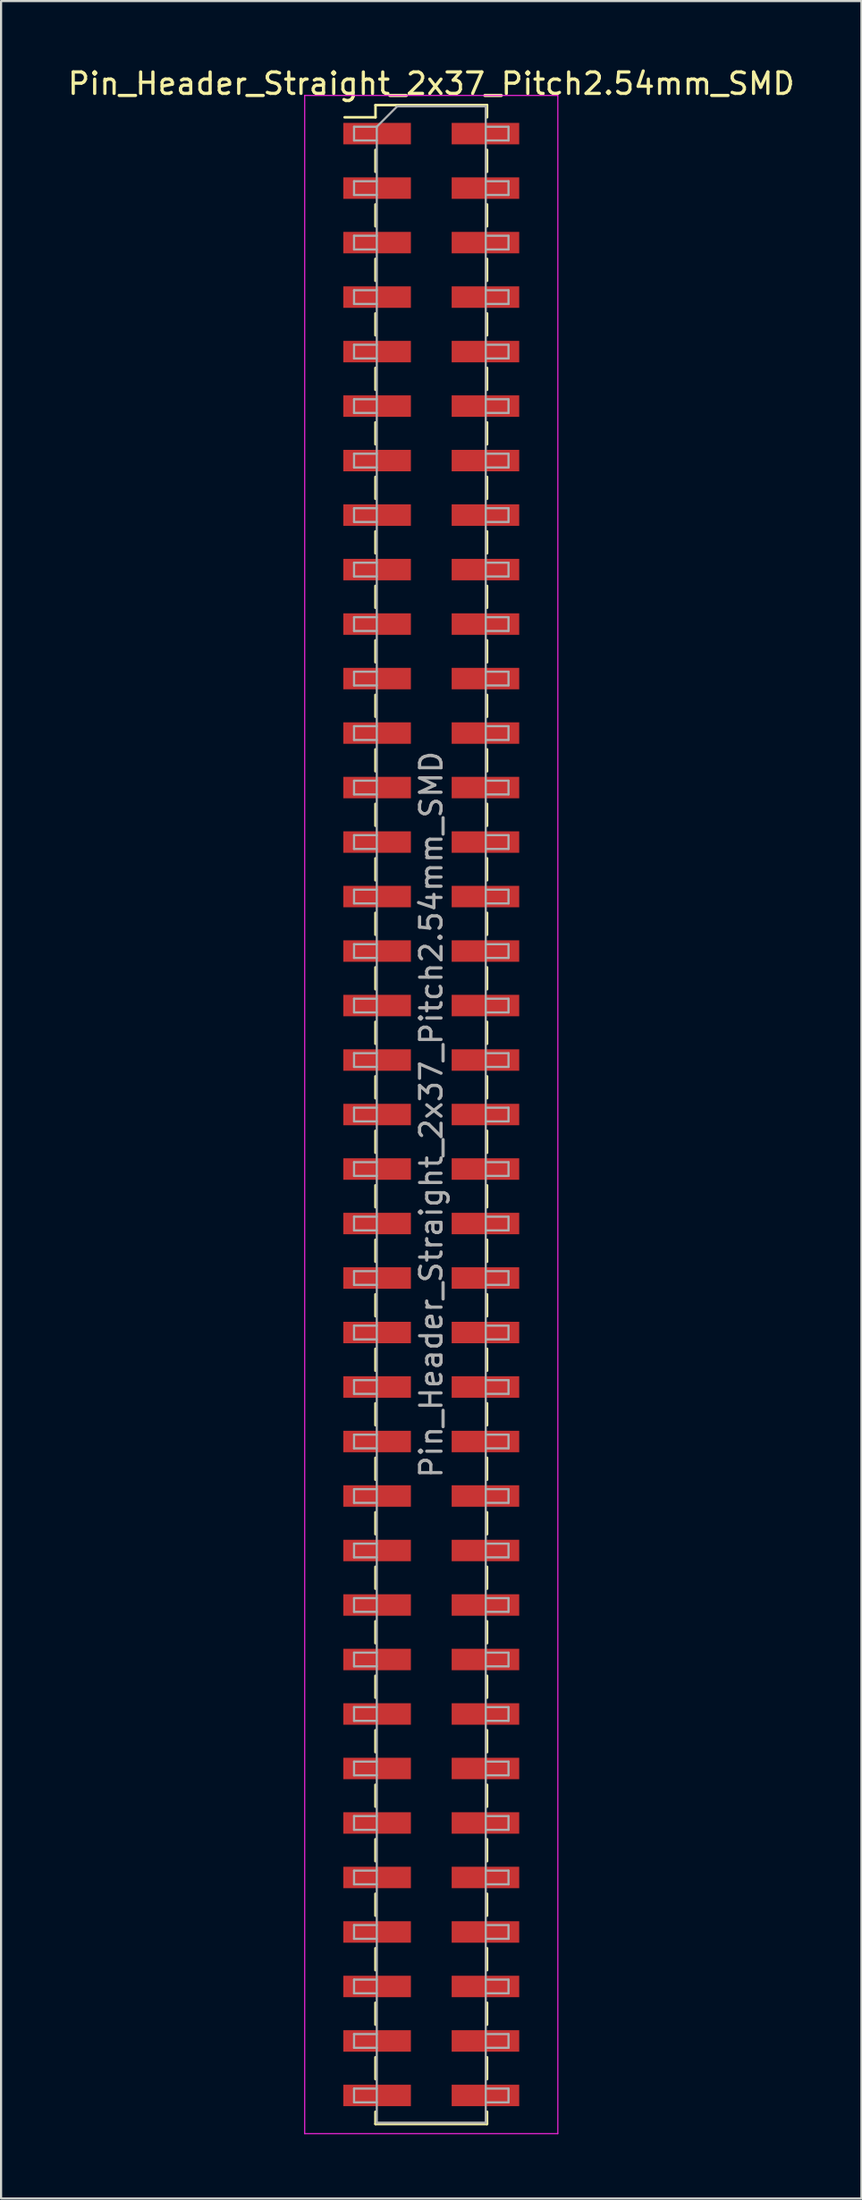
<source format=kicad_pcb>
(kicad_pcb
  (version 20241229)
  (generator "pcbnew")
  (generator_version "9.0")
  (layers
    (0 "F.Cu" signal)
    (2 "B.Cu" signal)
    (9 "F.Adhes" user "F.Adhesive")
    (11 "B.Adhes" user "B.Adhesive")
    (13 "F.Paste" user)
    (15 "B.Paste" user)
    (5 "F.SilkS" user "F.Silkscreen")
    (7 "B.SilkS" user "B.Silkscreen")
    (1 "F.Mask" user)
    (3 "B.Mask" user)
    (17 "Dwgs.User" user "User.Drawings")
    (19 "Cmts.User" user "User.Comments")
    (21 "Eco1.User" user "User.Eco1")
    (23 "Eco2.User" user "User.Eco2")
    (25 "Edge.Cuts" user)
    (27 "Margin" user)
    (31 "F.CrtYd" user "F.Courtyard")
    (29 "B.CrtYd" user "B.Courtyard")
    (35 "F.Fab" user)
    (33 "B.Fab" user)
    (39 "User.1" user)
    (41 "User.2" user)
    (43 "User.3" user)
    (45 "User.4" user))
  (footprint "Pin_Header_Straight_2x37_Pitch2.54mm_SMD"
    (layer "F.Cu")
    (at 17.054 48.898)
    (property "Reference" "Pin_Header_Straight_2x37_Pitch2.54mm_SMD" (at 0 -48.05 0) (layer "F.SilkS") (effects (font (size 1 1) (thickness 0.15))))
    (attr smd)
    (fp_line (start -4.04 -46.48) (end -2.6 -46.48) (stroke (width 0.12) (type solid)) (layer "F.SilkS"))
    (fp_line (start -2.6 -47.05) (end -2.6 -46.48) (stroke (width 0.12) (type solid)) (layer "F.SilkS"))
    (fp_line (start -2.6 -47.05) (end 2.6 -47.05) (stroke (width 0.12) (type solid)) (layer "F.SilkS"))
    (fp_line (start -2.6 -44.96) (end -2.6 -43.94) (stroke (width 0.12) (type solid)) (layer "F.SilkS"))
    (fp_line (start -2.6 -42.42) (end -2.6 -41.4) (stroke (width 0.12) (type solid)) (layer "F.SilkS"))
    (fp_line (start -2.6 -39.88) (end -2.6 -38.86) (stroke (width 0.12) (type solid)) (layer "F.SilkS"))
    (fp_line (start -2.6 -37.34) (end -2.6 -36.32) (stroke (width 0.12) (type solid)) (layer "F.SilkS"))
    (fp_line (start -2.6 -34.8) (end -2.6 -33.78) (stroke (width 0.12) (type solid)) (layer "F.SilkS"))
    (fp_line (start -2.6 -32.26) (end -2.6 -31.24) (stroke (width 0.12) (type solid)) (layer "F.SilkS"))
    (fp_line (start -2.6 -29.72) (end -2.6 -28.7) (stroke (width 0.12) (type solid)) (layer "F.SilkS"))
    (fp_line (start -2.6 -27.18) (end -2.6 -26.16) (stroke (width 0.12) (type solid)) (layer "F.SilkS"))
    (fp_line (start -2.6 -24.64) (end -2.6 -23.62) (stroke (width 0.12) (type solid)) (layer "F.SilkS"))
    (fp_line (start -2.6 -22.1) (end -2.6 -21.08) (stroke (width 0.12) (type solid)) (layer "F.SilkS"))
    (fp_line (start -2.6 -19.56) (end -2.6 -18.54) (stroke (width 0.12) (type solid)) (layer "F.SilkS"))
    (fp_line (start -2.6 -17.02) (end -2.6 -16) (stroke (width 0.12) (type solid)) (layer "F.SilkS"))
    (fp_line (start -2.6 -14.48) (end -2.6 -13.46) (stroke (width 0.12) (type solid)) (layer "F.SilkS"))
    (fp_line (start -2.6 -11.94) (end -2.6 -10.92) (stroke (width 0.12) (type solid)) (layer "F.SilkS"))
    (fp_line (start -2.6 -9.4) (end -2.6 -8.38) (stroke (width 0.12) (type solid)) (layer "F.SilkS"))
    (fp_line (start -2.6 -6.86) (end -2.6 -5.84) (stroke (width 0.12) (type solid)) (layer "F.SilkS"))
    (fp_line (start -2.6 -4.32) (end -2.6 -3.3) (stroke (width 0.12) (type solid)) (layer "F.SilkS"))
    (fp_line (start -2.6 -1.78) (end -2.6 -0.76) (stroke (width 0.12) (type solid)) (layer "F.SilkS"))
    (fp_line (start -2.6 0.76) (end -2.6 1.78) (stroke (width 0.12) (type solid)) (layer "F.SilkS"))
    (fp_line (start -2.6 3.3) (end -2.6 4.32) (stroke (width 0.12) (type solid)) (layer "F.SilkS"))
    (fp_line (start -2.6 5.84) (end -2.6 6.86) (stroke (width 0.12) (type solid)) (layer "F.SilkS"))
    (fp_line (start -2.6 8.38) (end -2.6 9.4) (stroke (width 0.12) (type solid)) (layer "F.SilkS"))
    (fp_line (start -2.6 10.92) (end -2.6 11.94) (stroke (width 0.12) (type solid)) (layer "F.SilkS"))
    (fp_line (start -2.6 13.46) (end -2.6 14.48) (stroke (width 0.12) (type solid)) (layer "F.SilkS"))
    (fp_line (start -2.6 16) (end -2.6 17.02) (stroke (width 0.12) (type solid)) (layer "F.SilkS"))
    (fp_line (start -2.6 18.54) (end -2.6 19.56) (stroke (width 0.12) (type solid)) (layer "F.SilkS"))
    (fp_line (start -2.6 21.08) (end -2.6 22.1) (stroke (width 0.12) (type solid)) (layer "F.SilkS"))
    (fp_line (start -2.6 23.62) (end -2.6 24.64) (stroke (width 0.12) (type solid)) (layer "F.SilkS"))
    (fp_line (start -2.6 26.16) (end -2.6 27.18) (stroke (width 0.12) (type solid)) (layer "F.SilkS"))
    (fp_line (start -2.6 28.7) (end -2.6 29.72) (stroke (width 0.12) (type solid)) (layer "F.SilkS"))
    (fp_line (start -2.6 31.24) (end -2.6 32.26) (stroke (width 0.12) (type solid)) (layer "F.SilkS"))
    (fp_line (start -2.6 33.78) (end -2.6 34.8) (stroke (width 0.12) (type solid)) (layer "F.SilkS"))
    (fp_line (start -2.6 36.32) (end -2.6 37.34) (stroke (width 0.12) (type solid)) (layer "F.SilkS"))
    (fp_line (start -2.6 38.86) (end -2.6 39.88) (stroke (width 0.12) (type solid)) (layer "F.SilkS"))
    (fp_line (start -2.6 41.4) (end -2.6 42.42) (stroke (width 0.12) (type solid)) (layer "F.SilkS"))
    (fp_line (start -2.6 43.94) (end -2.6 44.96) (stroke (width 0.12) (type solid)) (layer "F.SilkS"))
    (fp_line (start -2.6 46.48) (end -2.6 47.05) (stroke (width 0.12) (type solid)) (layer "F.SilkS"))
    (fp_line (start -2.6 47.05) (end 2.6 47.05) (stroke (width 0.12) (type solid)) (layer "F.SilkS"))
    (fp_line (start 2.6 -47.05) (end 2.6 -46.48) (stroke (width 0.12) (type solid)) (layer "F.SilkS"))
    (fp_line (start 2.6 -44.96) (end 2.6 -43.94) (stroke (width 0.12) (type solid)) (layer "F.SilkS"))
    (fp_line (start 2.6 -42.42) (end 2.6 -41.4) (stroke (width 0.12) (type solid)) (layer "F.SilkS"))
    (fp_line (start 2.6 -39.88) (end 2.6 -38.86) (stroke (width 0.12) (type solid)) (layer "F.SilkS"))
    (fp_line (start 2.6 -37.34) (end 2.6 -36.32) (stroke (width 0.12) (type solid)) (layer "F.SilkS"))
    (fp_line (start 2.6 -34.8) (end 2.6 -33.78) (stroke (width 0.12) (type solid)) (layer "F.SilkS"))
    (fp_line (start 2.6 -32.26) (end 2.6 -31.24) (stroke (width 0.12) (type solid)) (layer "F.SilkS"))
    (fp_line (start 2.6 -29.72) (end 2.6 -28.7) (stroke (width 0.12) (type solid)) (layer "F.SilkS"))
    (fp_line (start 2.6 -27.18) (end 2.6 -26.16) (stroke (width 0.12) (type solid)) (layer "F.SilkS"))
    (fp_line (start 2.6 -24.64) (end 2.6 -23.62) (stroke (width 0.12) (type solid)) (layer "F.SilkS"))
    (fp_line (start 2.6 -22.1) (end 2.6 -21.08) (stroke (width 0.12) (type solid)) (layer "F.SilkS"))
    (fp_line (start 2.6 -19.56) (end 2.6 -18.54) (stroke (width 0.12) (type solid)) (layer "F.SilkS"))
    (fp_line (start 2.6 -17.02) (end 2.6 -16) (stroke (width 0.12) (type solid)) (layer "F.SilkS"))
    (fp_line (start 2.6 -14.48) (end 2.6 -13.46) (stroke (width 0.12) (type solid)) (layer "F.SilkS"))
    (fp_line (start 2.6 -11.94) (end 2.6 -10.92) (stroke (width 0.12) (type solid)) (layer "F.SilkS"))
    (fp_line (start 2.6 -9.4) (end 2.6 -8.38) (stroke (width 0.12) (type solid)) (layer "F.SilkS"))
    (fp_line (start 2.6 -6.86) (end 2.6 -5.84) (stroke (width 0.12) (type solid)) (layer "F.SilkS"))
    (fp_line (start 2.6 -4.32) (end 2.6 -3.3) (stroke (width 0.12) (type solid)) (layer "F.SilkS"))
    (fp_line (start 2.6 -1.78) (end 2.6 -0.76) (stroke (width 0.12) (type solid)) (layer "F.SilkS"))
    (fp_line (start 2.6 0.76) (end 2.6 1.78) (stroke (width 0.12) (type solid)) (layer "F.SilkS"))
    (fp_line (start 2.6 3.3) (end 2.6 4.32) (stroke (width 0.12) (type solid)) (layer "F.SilkS"))
    (fp_line (start 2.6 5.84) (end 2.6 6.86) (stroke (width 0.12) (type solid)) (layer "F.SilkS"))
    (fp_line (start 2.6 8.38) (end 2.6 9.4) (stroke (width 0.12) (type solid)) (layer "F.SilkS"))
    (fp_line (start 2.6 10.92) (end 2.6 11.94) (stroke (width 0.12) (type solid)) (layer "F.SilkS"))
    (fp_line (start 2.6 13.46) (end 2.6 14.48) (stroke (width 0.12) (type solid)) (layer "F.SilkS"))
    (fp_line (start 2.6 16) (end 2.6 17.02) (stroke (width 0.12) (type solid)) (layer "F.SilkS"))
    (fp_line (start 2.6 18.54) (end 2.6 19.56) (stroke (width 0.12) (type solid)) (layer "F.SilkS"))
    (fp_line (start 2.6 21.08) (end 2.6 22.1) (stroke (width 0.12) (type solid)) (layer "F.SilkS"))
    (fp_line (start 2.6 23.62) (end 2.6 24.64) (stroke (width 0.12) (type solid)) (layer "F.SilkS"))
    (fp_line (start 2.6 26.16) (end 2.6 27.18) (stroke (width 0.12) (type solid)) (layer "F.SilkS"))
    (fp_line (start 2.6 28.7) (end 2.6 29.72) (stroke (width 0.12) (type solid)) (layer "F.SilkS"))
    (fp_line (start 2.6 31.24) (end 2.6 32.26) (stroke (width 0.12) (type solid)) (layer "F.SilkS"))
    (fp_line (start 2.6 33.78) (end 2.6 34.8) (stroke (width 0.12) (type solid)) (layer "F.SilkS"))
    (fp_line (start 2.6 36.32) (end 2.6 37.34) (stroke (width 0.12) (type solid)) (layer "F.SilkS"))
    (fp_line (start 2.6 38.86) (end 2.6 39.88) (stroke (width 0.12) (type solid)) (layer "F.SilkS"))
    (fp_line (start 2.6 41.4) (end 2.6 42.42) (stroke (width 0.12) (type solid)) (layer "F.SilkS"))
    (fp_line (start 2.6 43.94) (end 2.6 44.96) (stroke (width 0.12) (type solid)) (layer "F.SilkS"))
    (fp_line (start 2.6 46.48) (end 2.6 47.05) (stroke (width 0.12) (type solid)) (layer "F.SilkS"))
    (fp_line (start -5.9 -47.5) (end -5.9 47.5) (stroke (width 0.05) (type solid)) (layer "F.CrtYd"))
    (fp_line (start -5.9 47.5) (end 5.9 47.5) (stroke (width 0.05) (type solid)) (layer "F.CrtYd"))
    (fp_line (start 5.9 -47.5) (end -5.9 -47.5) (stroke (width 0.05) (type solid)) (layer "F.CrtYd"))
    (fp_line (start 5.9 47.5) (end 5.9 -47.5) (stroke (width 0.05) (type solid)) (layer "F.CrtYd"))
    (fp_line (start -3.6 -46.04) (end -3.6 -45.4) (stroke (width 0.1) (type solid)) (layer "F.Fab"))
    (fp_line (start -3.6 -45.4) (end -2.54 -45.4) (stroke (width 0.1) (type solid)) (layer "F.Fab"))
    (fp_line (start -3.6 -43.5) (end -3.6 -42.86) (stroke (width 0.1) (type solid)) (layer "F.Fab"))
    (fp_line (start -3.6 -42.86) (end -2.54 -42.86) (stroke (width 0.1) (type solid)) (layer "F.Fab"))
    (fp_line (start -3.6 -40.96) (end -3.6 -40.32) (stroke (width 0.1) (type solid)) (layer "F.Fab"))
    (fp_line (start -3.6 -40.32) (end -2.54 -40.32) (stroke (width 0.1) (type solid)) (layer "F.Fab"))
    (fp_line (start -3.6 -38.42) (end -3.6 -37.78) (stroke (width 0.1) (type solid)) (layer "F.Fab"))
    (fp_line (start -3.6 -37.78) (end -2.54 -37.78) (stroke (width 0.1) (type solid)) (layer "F.Fab"))
    (fp_line (start -3.6 -35.88) (end -3.6 -35.24) (stroke (width 0.1) (type solid)) (layer "F.Fab"))
    (fp_line (start -3.6 -35.24) (end -2.54 -35.24) (stroke (width 0.1) (type solid)) (layer "F.Fab"))
    (fp_line (start -3.6 -33.34) (end -3.6 -32.7) (stroke (width 0.1) (type solid)) (layer "F.Fab"))
    (fp_line (start -3.6 -32.7) (end -2.54 -32.7) (stroke (width 0.1) (type solid)) (layer "F.Fab"))
    (fp_line (start -3.6 -30.8) (end -3.6 -30.16) (stroke (width 0.1) (type solid)) (layer "F.Fab"))
    (fp_line (start -3.6 -30.16) (end -2.54 -30.16) (stroke (width 0.1) (type solid)) (layer "F.Fab"))
    (fp_line (start -3.6 -28.26) (end -3.6 -27.62) (stroke (width 0.1) (type solid)) (layer "F.Fab"))
    (fp_line (start -3.6 -27.62) (end -2.54 -27.62) (stroke (width 0.1) (type solid)) (layer "F.Fab"))
    (fp_line (start -3.6 -25.72) (end -3.6 -25.08) (stroke (width 0.1) (type solid)) (layer "F.Fab"))
    (fp_line (start -3.6 -25.08) (end -2.54 -25.08) (stroke (width 0.1) (type solid)) (layer "F.Fab"))
    (fp_line (start -3.6 -23.18) (end -3.6 -22.54) (stroke (width 0.1) (type solid)) (layer "F.Fab"))
    (fp_line (start -3.6 -22.54) (end -2.54 -22.54) (stroke (width 0.1) (type solid)) (layer "F.Fab"))
    (fp_line (start -3.6 -20.64) (end -3.6 -20) (stroke (width 0.1) (type solid)) (layer "F.Fab"))
    (fp_line (start -3.6 -20) (end -2.54 -20) (stroke (width 0.1) (type solid)) (layer "F.Fab"))
    (fp_line (start -3.6 -18.1) (end -3.6 -17.46) (stroke (width 0.1) (type solid)) (layer "F.Fab"))
    (fp_line (start -3.6 -17.46) (end -2.54 -17.46) (stroke (width 0.1) (type solid)) (layer "F.Fab"))
    (fp_line (start -3.6 -15.56) (end -3.6 -14.92) (stroke (width 0.1) (type solid)) (layer "F.Fab"))
    (fp_line (start -3.6 -14.92) (end -2.54 -14.92) (stroke (width 0.1) (type solid)) (layer "F.Fab"))
    (fp_line (start -3.6 -13.02) (end -3.6 -12.38) (stroke (width 0.1) (type solid)) (layer "F.Fab"))
    (fp_line (start -3.6 -12.38) (end -2.54 -12.38) (stroke (width 0.1) (type solid)) (layer "F.Fab"))
    (fp_line (start -3.6 -10.48) (end -3.6 -9.84) (stroke (width 0.1) (type solid)) (layer "F.Fab"))
    (fp_line (start -3.6 -9.84) (end -2.54 -9.84) (stroke (width 0.1) (type solid)) (layer "F.Fab"))
    (fp_line (start -3.6 -7.94) (end -3.6 -7.3) (stroke (width 0.1) (type solid)) (layer "F.Fab"))
    (fp_line (start -3.6 -7.3) (end -2.54 -7.3) (stroke (width 0.1) (type solid)) (layer "F.Fab"))
    (fp_line (start -3.6 -5.4) (end -3.6 -4.76) (stroke (width 0.1) (type solid)) (layer "F.Fab"))
    (fp_line (start -3.6 -4.76) (end -2.54 -4.76) (stroke (width 0.1) (type solid)) (layer "F.Fab"))
    (fp_line (start -3.6 -2.86) (end -3.6 -2.22) (stroke (width 0.1) (type solid)) (layer "F.Fab"))
    (fp_line (start -3.6 -2.22) (end -2.54 -2.22) (stroke (width 0.1) (type solid)) (layer "F.Fab"))
    (fp_line (start -3.6 -0.32) (end -3.6 0.32) (stroke (width 0.1) (type solid)) (layer "F.Fab"))
    (fp_line (start -3.6 0.32) (end -2.54 0.32) (stroke (width 0.1) (type solid)) (layer "F.Fab"))
    (fp_line (start -3.6 2.22) (end -3.6 2.86) (stroke (width 0.1) (type solid)) (layer "F.Fab"))
    (fp_line (start -3.6 2.86) (end -2.54 2.86) (stroke (width 0.1) (type solid)) (layer "F.Fab"))
    (fp_line (start -3.6 4.76) (end -3.6 5.4) (stroke (width 0.1) (type solid)) (layer "F.Fab"))
    (fp_line (start -3.6 5.4) (end -2.54 5.4) (stroke (width 0.1) (type solid)) (layer "F.Fab"))
    (fp_line (start -3.6 7.3) (end -3.6 7.94) (stroke (width 0.1) (type solid)) (layer "F.Fab"))
    (fp_line (start -3.6 7.94) (end -2.54 7.94) (stroke (width 0.1) (type solid)) (layer "F.Fab"))
    (fp_line (start -3.6 9.84) (end -3.6 10.48) (stroke (width 0.1) (type solid)) (layer "F.Fab"))
    (fp_line (start -3.6 10.48) (end -2.54 10.48) (stroke (width 0.1) (type solid)) (layer "F.Fab"))
    (fp_line (start -3.6 12.38) (end -3.6 13.02) (stroke (width 0.1) (type solid)) (layer "F.Fab"))
    (fp_line (start -3.6 13.02) (end -2.54 13.02) (stroke (width 0.1) (type solid)) (layer "F.Fab"))
    (fp_line (start -3.6 14.92) (end -3.6 15.56) (stroke (width 0.1) (type solid)) (layer "F.Fab"))
    (fp_line (start -3.6 15.56) (end -2.54 15.56) (stroke (width 0.1) (type solid)) (layer "F.Fab"))
    (fp_line (start -3.6 17.46) (end -3.6 18.1) (stroke (width 0.1) (type solid)) (layer "F.Fab"))
    (fp_line (start -3.6 18.1) (end -2.54 18.1) (stroke (width 0.1) (type solid)) (layer "F.Fab"))
    (fp_line (start -3.6 20) (end -3.6 20.64) (stroke (width 0.1) (type solid)) (layer "F.Fab"))
    (fp_line (start -3.6 20.64) (end -2.54 20.64) (stroke (width 0.1) (type solid)) (layer "F.Fab"))
    (fp_line (start -3.6 22.54) (end -3.6 23.18) (stroke (width 0.1) (type solid)) (layer "F.Fab"))
    (fp_line (start -3.6 23.18) (end -2.54 23.18) (stroke (width 0.1) (type solid)) (layer "F.Fab"))
    (fp_line (start -3.6 25.08) (end -3.6 25.72) (stroke (width 0.1) (type solid)) (layer "F.Fab"))
    (fp_line (start -3.6 25.72) (end -2.54 25.72) (stroke (width 0.1) (type solid)) (layer "F.Fab"))
    (fp_line (start -3.6 27.62) (end -3.6 28.26) (stroke (width 0.1) (type solid)) (layer "F.Fab"))
    (fp_line (start -3.6 28.26) (end -2.54 28.26) (stroke (width 0.1) (type solid)) (layer "F.Fab"))
    (fp_line (start -3.6 30.16) (end -3.6 30.8) (stroke (width 0.1) (type solid)) (layer "F.Fab"))
    (fp_line (start -3.6 30.8) (end -2.54 30.8) (stroke (width 0.1) (type solid)) (layer "F.Fab"))
    (fp_line (start -3.6 32.7) (end -3.6 33.34) (stroke (width 0.1) (type solid)) (layer "F.Fab"))
    (fp_line (start -3.6 33.34) (end -2.54 33.34) (stroke (width 0.1) (type solid)) (layer "F.Fab"))
    (fp_line (start -3.6 35.24) (end -3.6 35.88) (stroke (width 0.1) (type solid)) (layer "F.Fab"))
    (fp_line (start -3.6 35.88) (end -2.54 35.88) (stroke (width 0.1) (type solid)) (layer "F.Fab"))
    (fp_line (start -3.6 37.78) (end -3.6 38.42) (stroke (width 0.1) (type solid)) (layer "F.Fab"))
    (fp_line (start -3.6 38.42) (end -2.54 38.42) (stroke (width 0.1) (type solid)) (layer "F.Fab"))
    (fp_line (start -3.6 40.32) (end -3.6 40.96) (stroke (width 0.1) (type solid)) (layer "F.Fab"))
    (fp_line (start -3.6 40.96) (end -2.54 40.96) (stroke (width 0.1) (type solid)) (layer "F.Fab"))
    (fp_line (start -3.6 42.86) (end -3.6 43.5) (stroke (width 0.1) (type solid)) (layer "F.Fab"))
    (fp_line (start -3.6 43.5) (end -2.54 43.5) (stroke (width 0.1) (type solid)) (layer "F.Fab"))
    (fp_line (start -3.6 45.4) (end -3.6 46.04) (stroke (width 0.1) (type solid)) (layer "F.Fab"))
    (fp_line (start -3.6 46.04) (end -2.54 46.04) (stroke (width 0.1) (type solid)) (layer "F.Fab"))
    (fp_line (start -2.54 -46.04) (end -3.6 -46.04) (stroke (width 0.1) (type solid)) (layer "F.Fab"))
    (fp_line (start -2.54 -46.04) (end -1.59 -46.99) (stroke (width 0.1) (type solid)) (layer "F.Fab"))
    (fp_line (start -2.54 -43.5) (end -3.6 -43.5) (stroke (width 0.1) (type solid)) (layer "F.Fab"))
    (fp_line (start -2.54 -40.96) (end -3.6 -40.96) (stroke (width 0.1) (type solid)) (layer "F.Fab"))
    (fp_line (start -2.54 -38.42) (end -3.6 -38.42) (stroke (width 0.1) (type solid)) (layer "F.Fab"))
    (fp_line (start -2.54 -35.88) (end -3.6 -35.88) (stroke (width 0.1) (type solid)) (layer "F.Fab"))
    (fp_line (start -2.54 -33.34) (end -3.6 -33.34) (stroke (width 0.1) (type solid)) (layer "F.Fab"))
    (fp_line (start -2.54 -30.8) (end -3.6 -30.8) (stroke (width 0.1) (type solid)) (layer "F.Fab"))
    (fp_line (start -2.54 -28.26) (end -3.6 -28.26) (stroke (width 0.1) (type solid)) (layer "F.Fab"))
    (fp_line (start -2.54 -25.72) (end -3.6 -25.72) (stroke (width 0.1) (type solid)) (layer "F.Fab"))
    (fp_line (start -2.54 -23.18) (end -3.6 -23.18) (stroke (width 0.1) (type solid)) (layer "F.Fab"))
    (fp_line (start -2.54 -20.64) (end -3.6 -20.64) (stroke (width 0.1) (type solid)) (layer "F.Fab"))
    (fp_line (start -2.54 -18.1) (end -3.6 -18.1) (stroke (width 0.1) (type solid)) (layer "F.Fab"))
    (fp_line (start -2.54 -15.56) (end -3.6 -15.56) (stroke (width 0.1) (type solid)) (layer "F.Fab"))
    (fp_line (start -2.54 -13.02) (end -3.6 -13.02) (stroke (width 0.1) (type solid)) (layer "F.Fab"))
    (fp_line (start -2.54 -10.48) (end -3.6 -10.48) (stroke (width 0.1) (type solid)) (layer "F.Fab"))
    (fp_line (start -2.54 -7.94) (end -3.6 -7.94) (stroke (width 0.1) (type solid)) (layer "F.Fab"))
    (fp_line (start -2.54 -5.4) (end -3.6 -5.4) (stroke (width 0.1) (type solid)) (layer "F.Fab"))
    (fp_line (start -2.54 -2.86) (end -3.6 -2.86) (stroke (width 0.1) (type solid)) (layer "F.Fab"))
    (fp_line (start -2.54 -0.32) (end -3.6 -0.32) (stroke (width 0.1) (type solid)) (layer "F.Fab"))
    (fp_line (start -2.54 2.22) (end -3.6 2.22) (stroke (width 0.1) (type solid)) (layer "F.Fab"))
    (fp_line (start -2.54 4.76) (end -3.6 4.76) (stroke (width 0.1) (type solid)) (layer "F.Fab"))
    (fp_line (start -2.54 7.3) (end -3.6 7.3) (stroke (width 0.1) (type solid)) (layer "F.Fab"))
    (fp_line (start -2.54 9.84) (end -3.6 9.84) (stroke (width 0.1) (type solid)) (layer "F.Fab"))
    (fp_line (start -2.54 12.38) (end -3.6 12.38) (stroke (width 0.1) (type solid)) (layer "F.Fab"))
    (fp_line (start -2.54 14.92) (end -3.6 14.92) (stroke (width 0.1) (type solid)) (layer "F.Fab"))
    (fp_line (start -2.54 17.46) (end -3.6 17.46) (stroke (width 0.1) (type solid)) (layer "F.Fab"))
    (fp_line (start -2.54 20) (end -3.6 20) (stroke (width 0.1) (type solid)) (layer "F.Fab"))
    (fp_line (start -2.54 22.54) (end -3.6 22.54) (stroke (width 0.1) (type solid)) (layer "F.Fab"))
    (fp_line (start -2.54 25.08) (end -3.6 25.08) (stroke (width 0.1) (type solid)) (layer "F.Fab"))
    (fp_line (start -2.54 27.62) (end -3.6 27.62) (stroke (width 0.1) (type solid)) (layer "F.Fab"))
    (fp_line (start -2.54 30.16) (end -3.6 30.16) (stroke (width 0.1) (type solid)) (layer "F.Fab"))
    (fp_line (start -2.54 32.7) (end -3.6 32.7) (stroke (width 0.1) (type solid)) (layer "F.Fab"))
    (fp_line (start -2.54 35.24) (end -3.6 35.24) (stroke (width 0.1) (type solid)) (layer "F.Fab"))
    (fp_line (start -2.54 37.78) (end -3.6 37.78) (stroke (width 0.1) (type solid)) (layer "F.Fab"))
    (fp_line (start -2.54 40.32) (end -3.6 40.32) (stroke (width 0.1) (type solid)) (layer "F.Fab"))
    (fp_line (start -2.54 42.86) (end -3.6 42.86) (stroke (width 0.1) (type solid)) (layer "F.Fab"))
    (fp_line (start -2.54 45.4) (end -3.6 45.4) (stroke (width 0.1) (type solid)) (layer "F.Fab"))
    (fp_line (start -2.54 46.99) (end -2.54 -46.04) (stroke (width 0.1) (type solid)) (layer "F.Fab"))
    (fp_line (start -1.59 -46.99) (end 2.54 -46.99) (stroke (width 0.1) (type solid)) (layer "F.Fab"))
    (fp_line (start 2.54 -46.99) (end 2.54 46.99) (stroke (width 0.1) (type solid)) (layer "F.Fab"))
    (fp_line (start 2.54 -46.04) (end 3.6 -46.04) (stroke (width 0.1) (type solid)) (layer "F.Fab"))
    (fp_line (start 2.54 -43.5) (end 3.6 -43.5) (stroke (width 0.1) (type solid)) (layer "F.Fab"))
    (fp_line (start 2.54 -40.96) (end 3.6 -40.96) (stroke (width 0.1) (type solid)) (layer "F.Fab"))
    (fp_line (start 2.54 -38.42) (end 3.6 -38.42) (stroke (width 0.1) (type solid)) (layer "F.Fab"))
    (fp_line (start 2.54 -35.88) (end 3.6 -35.88) (stroke (width 0.1) (type solid)) (layer "F.Fab"))
    (fp_line (start 2.54 -33.34) (end 3.6 -33.34) (stroke (width 0.1) (type solid)) (layer "F.Fab"))
    (fp_line (start 2.54 -30.8) (end 3.6 -30.8) (stroke (width 0.1) (type solid)) (layer "F.Fab"))
    (fp_line (start 2.54 -28.26) (end 3.6 -28.26) (stroke (width 0.1) (type solid)) (layer "F.Fab"))
    (fp_line (start 2.54 -25.72) (end 3.6 -25.72) (stroke (width 0.1) (type solid)) (layer "F.Fab"))
    (fp_line (start 2.54 -23.18) (end 3.6 -23.18) (stroke (width 0.1) (type solid)) (layer "F.Fab"))
    (fp_line (start 2.54 -20.64) (end 3.6 -20.64) (stroke (width 0.1) (type solid)) (layer "F.Fab"))
    (fp_line (start 2.54 -18.1) (end 3.6 -18.1) (stroke (width 0.1) (type solid)) (layer "F.Fab"))
    (fp_line (start 2.54 -15.56) (end 3.6 -15.56) (stroke (width 0.1) (type solid)) (layer "F.Fab"))
    (fp_line (start 2.54 -13.02) (end 3.6 -13.02) (stroke (width 0.1) (type solid)) (layer "F.Fab"))
    (fp_line (start 2.54 -10.48) (end 3.6 -10.48) (stroke (width 0.1) (type solid)) (layer "F.Fab"))
    (fp_line (start 2.54 -7.94) (end 3.6 -7.94) (stroke (width 0.1) (type solid)) (layer "F.Fab"))
    (fp_line (start 2.54 -5.4) (end 3.6 -5.4) (stroke (width 0.1) (type solid)) (layer "F.Fab"))
    (fp_line (start 2.54 -2.86) (end 3.6 -2.86) (stroke (width 0.1) (type solid)) (layer "F.Fab"))
    (fp_line (start 2.54 -0.32) (end 3.6 -0.32) (stroke (width 0.1) (type solid)) (layer "F.Fab"))
    (fp_line (start 2.54 2.22) (end 3.6 2.22) (stroke (width 0.1) (type solid)) (layer "F.Fab"))
    (fp_line (start 2.54 4.76) (end 3.6 4.76) (stroke (width 0.1) (type solid)) (layer "F.Fab"))
    (fp_line (start 2.54 7.3) (end 3.6 7.3) (stroke (width 0.1) (type solid)) (layer "F.Fab"))
    (fp_line (start 2.54 9.84) (end 3.6 9.84) (stroke (width 0.1) (type solid)) (layer "F.Fab"))
    (fp_line (start 2.54 12.38) (end 3.6 12.38) (stroke (width 0.1) (type solid)) (layer "F.Fab"))
    (fp_line (start 2.54 14.92) (end 3.6 14.92) (stroke (width 0.1) (type solid)) (layer "F.Fab"))
    (fp_line (start 2.54 17.46) (end 3.6 17.46) (stroke (width 0.1) (type solid)) (layer "F.Fab"))
    (fp_line (start 2.54 20) (end 3.6 20) (stroke (width 0.1) (type solid)) (layer "F.Fab"))
    (fp_line (start 2.54 22.54) (end 3.6 22.54) (stroke (width 0.1) (type solid)) (layer "F.Fab"))
    (fp_line (start 2.54 25.08) (end 3.6 25.08) (stroke (width 0.1) (type solid)) (layer "F.Fab"))
    (fp_line (start 2.54 27.62) (end 3.6 27.62) (stroke (width 0.1) (type solid)) (layer "F.Fab"))
    (fp_line (start 2.54 30.16) (end 3.6 30.16) (stroke (width 0.1) (type solid)) (layer "F.Fab"))
    (fp_line (start 2.54 32.7) (end 3.6 32.7) (stroke (width 0.1) (type solid)) (layer "F.Fab"))
    (fp_line (start 2.54 35.24) (end 3.6 35.24) (stroke (width 0.1) (type solid)) (layer "F.Fab"))
    (fp_line (start 2.54 37.78) (end 3.6 37.78) (stroke (width 0.1) (type solid)) (layer "F.Fab"))
    (fp_line (start 2.54 40.32) (end 3.6 40.32) (stroke (width 0.1) (type solid)) (layer "F.Fab"))
    (fp_line (start 2.54 42.86) (end 3.6 42.86) (stroke (width 0.1) (type solid)) (layer "F.Fab"))
    (fp_line (start 2.54 45.4) (end 3.6 45.4) (stroke (width 0.1) (type solid)) (layer "F.Fab"))
    (fp_line (start 2.54 46.99) (end -2.54 46.99) (stroke (width 0.1) (type solid)) (layer "F.Fab"))
    (fp_line (start 3.6 -46.04) (end 3.6 -45.4) (stroke (width 0.1) (type solid)) (layer "F.Fab"))
    (fp_line (start 3.6 -45.4) (end 2.54 -45.4) (stroke (width 0.1) (type solid)) (layer "F.Fab"))
    (fp_line (start 3.6 -43.5) (end 3.6 -42.86) (stroke (width 0.1) (type solid)) (layer "F.Fab"))
    (fp_line (start 3.6 -42.86) (end 2.54 -42.86) (stroke (width 0.1) (type solid)) (layer "F.Fab"))
    (fp_line (start 3.6 -40.96) (end 3.6 -40.32) (stroke (width 0.1) (type solid)) (layer "F.Fab"))
    (fp_line (start 3.6 -40.32) (end 2.54 -40.32) (stroke (width 0.1) (type solid)) (layer "F.Fab"))
    (fp_line (start 3.6 -38.42) (end 3.6 -37.78) (stroke (width 0.1) (type solid)) (layer "F.Fab"))
    (fp_line (start 3.6 -37.78) (end 2.54 -37.78) (stroke (width 0.1) (type solid)) (layer "F.Fab"))
    (fp_line (start 3.6 -35.88) (end 3.6 -35.24) (stroke (width 0.1) (type solid)) (layer "F.Fab"))
    (fp_line (start 3.6 -35.24) (end 2.54 -35.24) (stroke (width 0.1) (type solid)) (layer "F.Fab"))
    (fp_line (start 3.6 -33.34) (end 3.6 -32.7) (stroke (width 0.1) (type solid)) (layer "F.Fab"))
    (fp_line (start 3.6 -32.7) (end 2.54 -32.7) (stroke (width 0.1) (type solid)) (layer "F.Fab"))
    (fp_line (start 3.6 -30.8) (end 3.6 -30.16) (stroke (width 0.1) (type solid)) (layer "F.Fab"))
    (fp_line (start 3.6 -30.16) (end 2.54 -30.16) (stroke (width 0.1) (type solid)) (layer "F.Fab"))
    (fp_line (start 3.6 -28.26) (end 3.6 -27.62) (stroke (width 0.1) (type solid)) (layer "F.Fab"))
    (fp_line (start 3.6 -27.62) (end 2.54 -27.62) (stroke (width 0.1) (type solid)) (layer "F.Fab"))
    (fp_line (start 3.6 -25.72) (end 3.6 -25.08) (stroke (width 0.1) (type solid)) (layer "F.Fab"))
    (fp_line (start 3.6 -25.08) (end 2.54 -25.08) (stroke (width 0.1) (type solid)) (layer "F.Fab"))
    (fp_line (start 3.6 -23.18) (end 3.6 -22.54) (stroke (width 0.1) (type solid)) (layer "F.Fab"))
    (fp_line (start 3.6 -22.54) (end 2.54 -22.54) (stroke (width 0.1) (type solid)) (layer "F.Fab"))
    (fp_line (start 3.6 -20.64) (end 3.6 -20) (stroke (width 0.1) (type solid)) (layer "F.Fab"))
    (fp_line (start 3.6 -20) (end 2.54 -20) (stroke (width 0.1) (type solid)) (layer "F.Fab"))
    (fp_line (start 3.6 -18.1) (end 3.6 -17.46) (stroke (width 0.1) (type solid)) (layer "F.Fab"))
    (fp_line (start 3.6 -17.46) (end 2.54 -17.46) (stroke (width 0.1) (type solid)) (layer "F.Fab"))
    (fp_line (start 3.6 -15.56) (end 3.6 -14.92) (stroke (width 0.1) (type solid)) (layer "F.Fab"))
    (fp_line (start 3.6 -14.92) (end 2.54 -14.92) (stroke (width 0.1) (type solid)) (layer "F.Fab"))
    (fp_line (start 3.6 -13.02) (end 3.6 -12.38) (stroke (width 0.1) (type solid)) (layer "F.Fab"))
    (fp_line (start 3.6 -12.38) (end 2.54 -12.38) (stroke (width 0.1) (type solid)) (layer "F.Fab"))
    (fp_line (start 3.6 -10.48) (end 3.6 -9.84) (stroke (width 0.1) (type solid)) (layer "F.Fab"))
    (fp_line (start 3.6 -9.84) (end 2.54 -9.84) (stroke (width 0.1) (type solid)) (layer "F.Fab"))
    (fp_line (start 3.6 -7.94) (end 3.6 -7.3) (stroke (width 0.1) (type solid)) (layer "F.Fab"))
    (fp_line (start 3.6 -7.3) (end 2.54 -7.3) (stroke (width 0.1) (type solid)) (layer "F.Fab"))
    (fp_line (start 3.6 -5.4) (end 3.6 -4.76) (stroke (width 0.1) (type solid)) (layer "F.Fab"))
    (fp_line (start 3.6 -4.76) (end 2.54 -4.76) (stroke (width 0.1) (type solid)) (layer "F.Fab"))
    (fp_line (start 3.6 -2.86) (end 3.6 -2.22) (stroke (width 0.1) (type solid)) (layer "F.Fab"))
    (fp_line (start 3.6 -2.22) (end 2.54 -2.22) (stroke (width 0.1) (type solid)) (layer "F.Fab"))
    (fp_line (start 3.6 -0.32) (end 3.6 0.32) (stroke (width 0.1) (type solid)) (layer "F.Fab"))
    (fp_line (start 3.6 0.32) (end 2.54 0.32) (stroke (width 0.1) (type solid)) (layer "F.Fab"))
    (fp_line (start 3.6 2.22) (end 3.6 2.86) (stroke (width 0.1) (type solid)) (layer "F.Fab"))
    (fp_line (start 3.6 2.86) (end 2.54 2.86) (stroke (width 0.1) (type solid)) (layer "F.Fab"))
    (fp_line (start 3.6 4.76) (end 3.6 5.4) (stroke (width 0.1) (type solid)) (layer "F.Fab"))
    (fp_line (start 3.6 5.4) (end 2.54 5.4) (stroke (width 0.1) (type solid)) (layer "F.Fab"))
    (fp_line (start 3.6 7.3) (end 3.6 7.94) (stroke (width 0.1) (type solid)) (layer "F.Fab"))
    (fp_line (start 3.6 7.94) (end 2.54 7.94) (stroke (width 0.1) (type solid)) (layer "F.Fab"))
    (fp_line (start 3.6 9.84) (end 3.6 10.48) (stroke (width 0.1) (type solid)) (layer "F.Fab"))
    (fp_line (start 3.6 10.48) (end 2.54 10.48) (stroke (width 0.1) (type solid)) (layer "F.Fab"))
    (fp_line (start 3.6 12.38) (end 3.6 13.02) (stroke (width 0.1) (type solid)) (layer "F.Fab"))
    (fp_line (start 3.6 13.02) (end 2.54 13.02) (stroke (width 0.1) (type solid)) (layer "F.Fab"))
    (fp_line (start 3.6 14.92) (end 3.6 15.56) (stroke (width 0.1) (type solid)) (layer "F.Fab"))
    (fp_line (start 3.6 15.56) (end 2.54 15.56) (stroke (width 0.1) (type solid)) (layer "F.Fab"))
    (fp_line (start 3.6 17.46) (end 3.6 18.1) (stroke (width 0.1) (type solid)) (layer "F.Fab"))
    (fp_line (start 3.6 18.1) (end 2.54 18.1) (stroke (width 0.1) (type solid)) (layer "F.Fab"))
    (fp_line (start 3.6 20) (end 3.6 20.64) (stroke (width 0.1) (type solid)) (layer "F.Fab"))
    (fp_line (start 3.6 20.64) (end 2.54 20.64) (stroke (width 0.1) (type solid)) (layer "F.Fab"))
    (fp_line (start 3.6 22.54) (end 3.6 23.18) (stroke (width 0.1) (type solid)) (layer "F.Fab"))
    (fp_line (start 3.6 23.18) (end 2.54 23.18) (stroke (width 0.1) (type solid)) (layer "F.Fab"))
    (fp_line (start 3.6 25.08) (end 3.6 25.72) (stroke (width 0.1) (type solid)) (layer "F.Fab"))
    (fp_line (start 3.6 25.72) (end 2.54 25.72) (stroke (width 0.1) (type solid)) (layer "F.Fab"))
    (fp_line (start 3.6 27.62) (end 3.6 28.26) (stroke (width 0.1) (type solid)) (layer "F.Fab"))
    (fp_line (start 3.6 28.26) (end 2.54 28.26) (stroke (width 0.1) (type solid)) (layer "F.Fab"))
    (fp_line (start 3.6 30.16) (end 3.6 30.8) (stroke (width 0.1) (type solid)) (layer "F.Fab"))
    (fp_line (start 3.6 30.8) (end 2.54 30.8) (stroke (width 0.1) (type solid)) (layer "F.Fab"))
    (fp_line (start 3.6 32.7) (end 3.6 33.34) (stroke (width 0.1) (type solid)) (layer "F.Fab"))
    (fp_line (start 3.6 33.34) (end 2.54 33.34) (stroke (width 0.1) (type solid)) (layer "F.Fab"))
    (fp_line (start 3.6 35.24) (end 3.6 35.88) (stroke (width 0.1) (type solid)) (layer "F.Fab"))
    (fp_line (start 3.6 35.88) (end 2.54 35.88) (stroke (width 0.1) (type solid)) (layer "F.Fab"))
    (fp_line (start 3.6 37.78) (end 3.6 38.42) (stroke (width 0.1) (type solid)) (layer "F.Fab"))
    (fp_line (start 3.6 38.42) (end 2.54 38.42) (stroke (width 0.1) (type solid)) (layer "F.Fab"))
    (fp_line (start 3.6 40.32) (end 3.6 40.96) (stroke (width 0.1) (type solid)) (layer "F.Fab"))
    (fp_line (start 3.6 40.96) (end 2.54 40.96) (stroke (width 0.1) (type solid)) (layer "F.Fab"))
    (fp_line (start 3.6 42.86) (end 3.6 43.5) (stroke (width 0.1) (type solid)) (layer "F.Fab"))
    (fp_line (start 3.6 43.5) (end 2.54 43.5) (stroke (width 0.1) (type solid)) (layer "F.Fab"))
    (fp_line (start 3.6 45.4) (end 3.6 46.04) (stroke (width 0.1) (type solid)) (layer "F.Fab"))
    (fp_line (start 3.6 46.04) (end 2.54 46.04) (stroke (width 0.1) (type solid)) (layer "F.Fab"))
    (fp_text user "${REFERENCE}" (at 0 0 90) (layer "F.Fab") (effects (font (size 1 1) (thickness 0.15))))
    (pad "1" smd rect (at -2.525 -45.72) (size 3.15 1) (layers "F.Cu" "F.Mask" "F.Paste"))
    (pad "2" smd rect (at 2.525 -45.72) (size 3.15 1) (layers "F.Cu" "F.Mask" "F.Paste"))
    (pad "3" smd rect (at -2.525 -43.18) (size 3.15 1) (layers "F.Cu" "F.Mask" "F.Paste"))
    (pad "4" smd rect (at 2.525 -43.18) (size 3.15 1) (layers "F.Cu" "F.Mask" "F.Paste"))
    (pad "5" smd rect (at -2.525 -40.64) (size 3.15 1) (layers "F.Cu" "F.Mask" "F.Paste"))
    (pad "6" smd rect (at 2.525 -40.64) (size 3.15 1) (layers "F.Cu" "F.Mask" "F.Paste"))
    (pad "7" smd rect (at -2.525 -38.1) (size 3.15 1) (layers "F.Cu" "F.Mask" "F.Paste"))
    (pad "8" smd rect (at 2.525 -38.1) (size 3.15 1) (layers "F.Cu" "F.Mask" "F.Paste"))
    (pad "9" smd rect (at -2.525 -35.56) (size 3.15 1) (layers "F.Cu" "F.Mask" "F.Paste"))
    (pad "10" smd rect (at 2.525 -35.56) (size 3.15 1) (layers "F.Cu" "F.Mask" "F.Paste"))
    (pad "11" smd rect (at -2.525 -33.02) (size 3.15 1) (layers "F.Cu" "F.Mask" "F.Paste"))
    (pad "12" smd rect (at 2.525 -33.02) (size 3.15 1) (layers "F.Cu" "F.Mask" "F.Paste"))
    (pad "13" smd rect (at -2.525 -30.48) (size 3.15 1) (layers "F.Cu" "F.Mask" "F.Paste"))
    (pad "14" smd rect (at 2.525 -30.48) (size 3.15 1) (layers "F.Cu" "F.Mask" "F.Paste"))
    (pad "15" smd rect (at -2.525 -27.94) (size 3.15 1) (layers "F.Cu" "F.Mask" "F.Paste"))
    (pad "16" smd rect (at 2.525 -27.94) (size 3.15 1) (layers "F.Cu" "F.Mask" "F.Paste"))
    (pad "17" smd rect (at -2.525 -25.4) (size 3.15 1) (layers "F.Cu" "F.Mask" "F.Paste"))
    (pad "18" smd rect (at 2.525 -25.4) (size 3.15 1) (layers "F.Cu" "F.Mask" "F.Paste"))
    (pad "19" smd rect (at -2.525 -22.86) (size 3.15 1) (layers "F.Cu" "F.Mask" "F.Paste"))
    (pad "20" smd rect (at 2.525 -22.86) (size 3.15 1) (layers "F.Cu" "F.Mask" "F.Paste"))
    (pad "21" smd rect (at -2.525 -20.32) (size 3.15 1) (layers "F.Cu" "F.Mask" "F.Paste"))
    (pad "22" smd rect (at 2.525 -20.32) (size 3.15 1) (layers "F.Cu" "F.Mask" "F.Paste"))
    (pad "23" smd rect (at -2.525 -17.78) (size 3.15 1) (layers "F.Cu" "F.Mask" "F.Paste"))
    (pad "24" smd rect (at 2.525 -17.78) (size 3.15 1) (layers "F.Cu" "F.Mask" "F.Paste"))
    (pad "25" smd rect (at -2.525 -15.24) (size 3.15 1) (layers "F.Cu" "F.Mask" "F.Paste"))
    (pad "26" smd rect (at 2.525 -15.24) (size 3.15 1) (layers "F.Cu" "F.Mask" "F.Paste"))
    (pad "27" smd rect (at -2.525 -12.7) (size 3.15 1) (layers "F.Cu" "F.Mask" "F.Paste"))
    (pad "28" smd rect (at 2.525 -12.7) (size 3.15 1) (layers "F.Cu" "F.Mask" "F.Paste"))
    (pad "29" smd rect (at -2.525 -10.16) (size 3.15 1) (layers "F.Cu" "F.Mask" "F.Paste"))
    (pad "30" smd rect (at 2.525 -10.16) (size 3.15 1) (layers "F.Cu" "F.Mask" "F.Paste"))
    (pad "31" smd rect (at -2.525 -7.62) (size 3.15 1) (layers "F.Cu" "F.Mask" "F.Paste"))
    (pad "32" smd rect (at 2.525 -7.62) (size 3.15 1) (layers "F.Cu" "F.Mask" "F.Paste"))
    (pad "33" smd rect (at -2.525 -5.08) (size 3.15 1) (layers "F.Cu" "F.Mask" "F.Paste"))
    (pad "34" smd rect (at 2.525 -5.08) (size 3.15 1) (layers "F.Cu" "F.Mask" "F.Paste"))
    (pad "35" smd rect (at -2.525 -2.54) (size 3.15 1) (layers "F.Cu" "F.Mask" "F.Paste"))
    (pad "36" smd rect (at 2.525 -2.54) (size 3.15 1) (layers "F.Cu" "F.Mask" "F.Paste"))
    (pad "37" smd rect (at -2.525 0) (size 3.15 1) (layers "F.Cu" "F.Mask" "F.Paste"))
    (pad "38" smd rect (at 2.525 0) (size 3.15 1) (layers "F.Cu" "F.Mask" "F.Paste"))
    (pad "39" smd rect (at -2.525 2.54) (size 3.15 1) (layers "F.Cu" "F.Mask" "F.Paste"))
    (pad "40" smd rect (at 2.525 2.54) (size 3.15 1) (layers "F.Cu" "F.Mask" "F.Paste"))
    (pad "41" smd rect (at -2.525 5.08) (size 3.15 1) (layers "F.Cu" "F.Mask" "F.Paste"))
    (pad "42" smd rect (at 2.525 5.08) (size 3.15 1) (layers "F.Cu" "F.Mask" "F.Paste"))
    (pad "43" smd rect (at -2.525 7.62) (size 3.15 1) (layers "F.Cu" "F.Mask" "F.Paste"))
    (pad "44" smd rect (at 2.525 7.62) (size 3.15 1) (layers "F.Cu" "F.Mask" "F.Paste"))
    (pad "45" smd rect (at -2.525 10.16) (size 3.15 1) (layers "F.Cu" "F.Mask" "F.Paste"))
    (pad "46" smd rect (at 2.525 10.16) (size 3.15 1) (layers "F.Cu" "F.Mask" "F.Paste"))
    (pad "47" smd rect (at -2.525 12.7) (size 3.15 1) (layers "F.Cu" "F.Mask" "F.Paste"))
    (pad "48" smd rect (at 2.525 12.7) (size 3.15 1) (layers "F.Cu" "F.Mask" "F.Paste"))
    (pad "49" smd rect (at -2.525 15.24) (size 3.15 1) (layers "F.Cu" "F.Mask" "F.Paste"))
    (pad "50" smd rect (at 2.525 15.24) (size 3.15 1) (layers "F.Cu" "F.Mask" "F.Paste"))
    (pad "51" smd rect (at -2.525 17.78) (size 3.15 1) (layers "F.Cu" "F.Mask" "F.Paste"))
    (pad "52" smd rect (at 2.525 17.78) (size 3.15 1) (layers "F.Cu" "F.Mask" "F.Paste"))
    (pad "53" smd rect (at -2.525 20.32) (size 3.15 1) (layers "F.Cu" "F.Mask" "F.Paste"))
    (pad "54" smd rect (at 2.525 20.32) (size 3.15 1) (layers "F.Cu" "F.Mask" "F.Paste"))
    (pad "55" smd rect (at -2.525 22.86) (size 3.15 1) (layers "F.Cu" "F.Mask" "F.Paste"))
    (pad "56" smd rect (at 2.525 22.86) (size 3.15 1) (layers "F.Cu" "F.Mask" "F.Paste"))
    (pad "57" smd rect (at -2.525 25.4) (size 3.15 1) (layers "F.Cu" "F.Mask" "F.Paste"))
    (pad "58" smd rect (at 2.525 25.4) (size 3.15 1) (layers "F.Cu" "F.Mask" "F.Paste"))
    (pad "59" smd rect (at -2.525 27.94) (size 3.15 1) (layers "F.Cu" "F.Mask" "F.Paste"))
    (pad "60" smd rect (at 2.525 27.94) (size 3.15 1) (layers "F.Cu" "F.Mask" "F.Paste"))
    (pad "61" smd rect (at -2.525 30.48) (size 3.15 1) (layers "F.Cu" "F.Mask" "F.Paste"))
    (pad "62" smd rect (at 2.525 30.48) (size 3.15 1) (layers "F.Cu" "F.Mask" "F.Paste"))
    (pad "63" smd rect (at -2.525 33.02) (size 3.15 1) (layers "F.Cu" "F.Mask" "F.Paste"))
    (pad "64" smd rect (at 2.525 33.02) (size 3.15 1) (layers "F.Cu" "F.Mask" "F.Paste"))
    (pad "65" smd rect (at -2.525 35.56) (size 3.15 1) (layers "F.Cu" "F.Mask" "F.Paste"))
    (pad "66" smd rect (at 2.525 35.56) (size 3.15 1) (layers "F.Cu" "F.Mask" "F.Paste"))
    (pad "67" smd rect (at -2.525 38.1) (size 3.15 1) (layers "F.Cu" "F.Mask" "F.Paste"))
    (pad "68" smd rect (at 2.525 38.1) (size 3.15 1) (layers "F.Cu" "F.Mask" "F.Paste"))
    (pad "69" smd rect (at -2.525 40.64) (size 3.15 1) (layers "F.Cu" "F.Mask" "F.Paste"))
    (pad "70" smd rect (at 2.525 40.64) (size 3.15 1) (layers "F.Cu" "F.Mask" "F.Paste"))
    (pad "71" smd rect (at -2.525 43.18) (size 3.15 1) (layers "F.Cu" "F.Mask" "F.Paste"))
    (pad "72" smd rect (at 2.525 43.18) (size 3.15 1) (layers "F.Cu" "F.Mask" "F.Paste"))
    (pad "73" smd rect (at -2.525 45.72) (size 3.15 1) (layers "F.Cu" "F.Mask" "F.Paste"))
    (pad "74" smd rect (at 2.525 45.72) (size 3.15 1) (layers "F.Cu" "F.Mask" "F.Paste")))
  (gr_rect
    (start -3 -3)
    (end 37.107 99.423)
    (stroke (width 0.1) (type default))
    (fill no)
    (layer "Edge.Cuts")))
</source>
